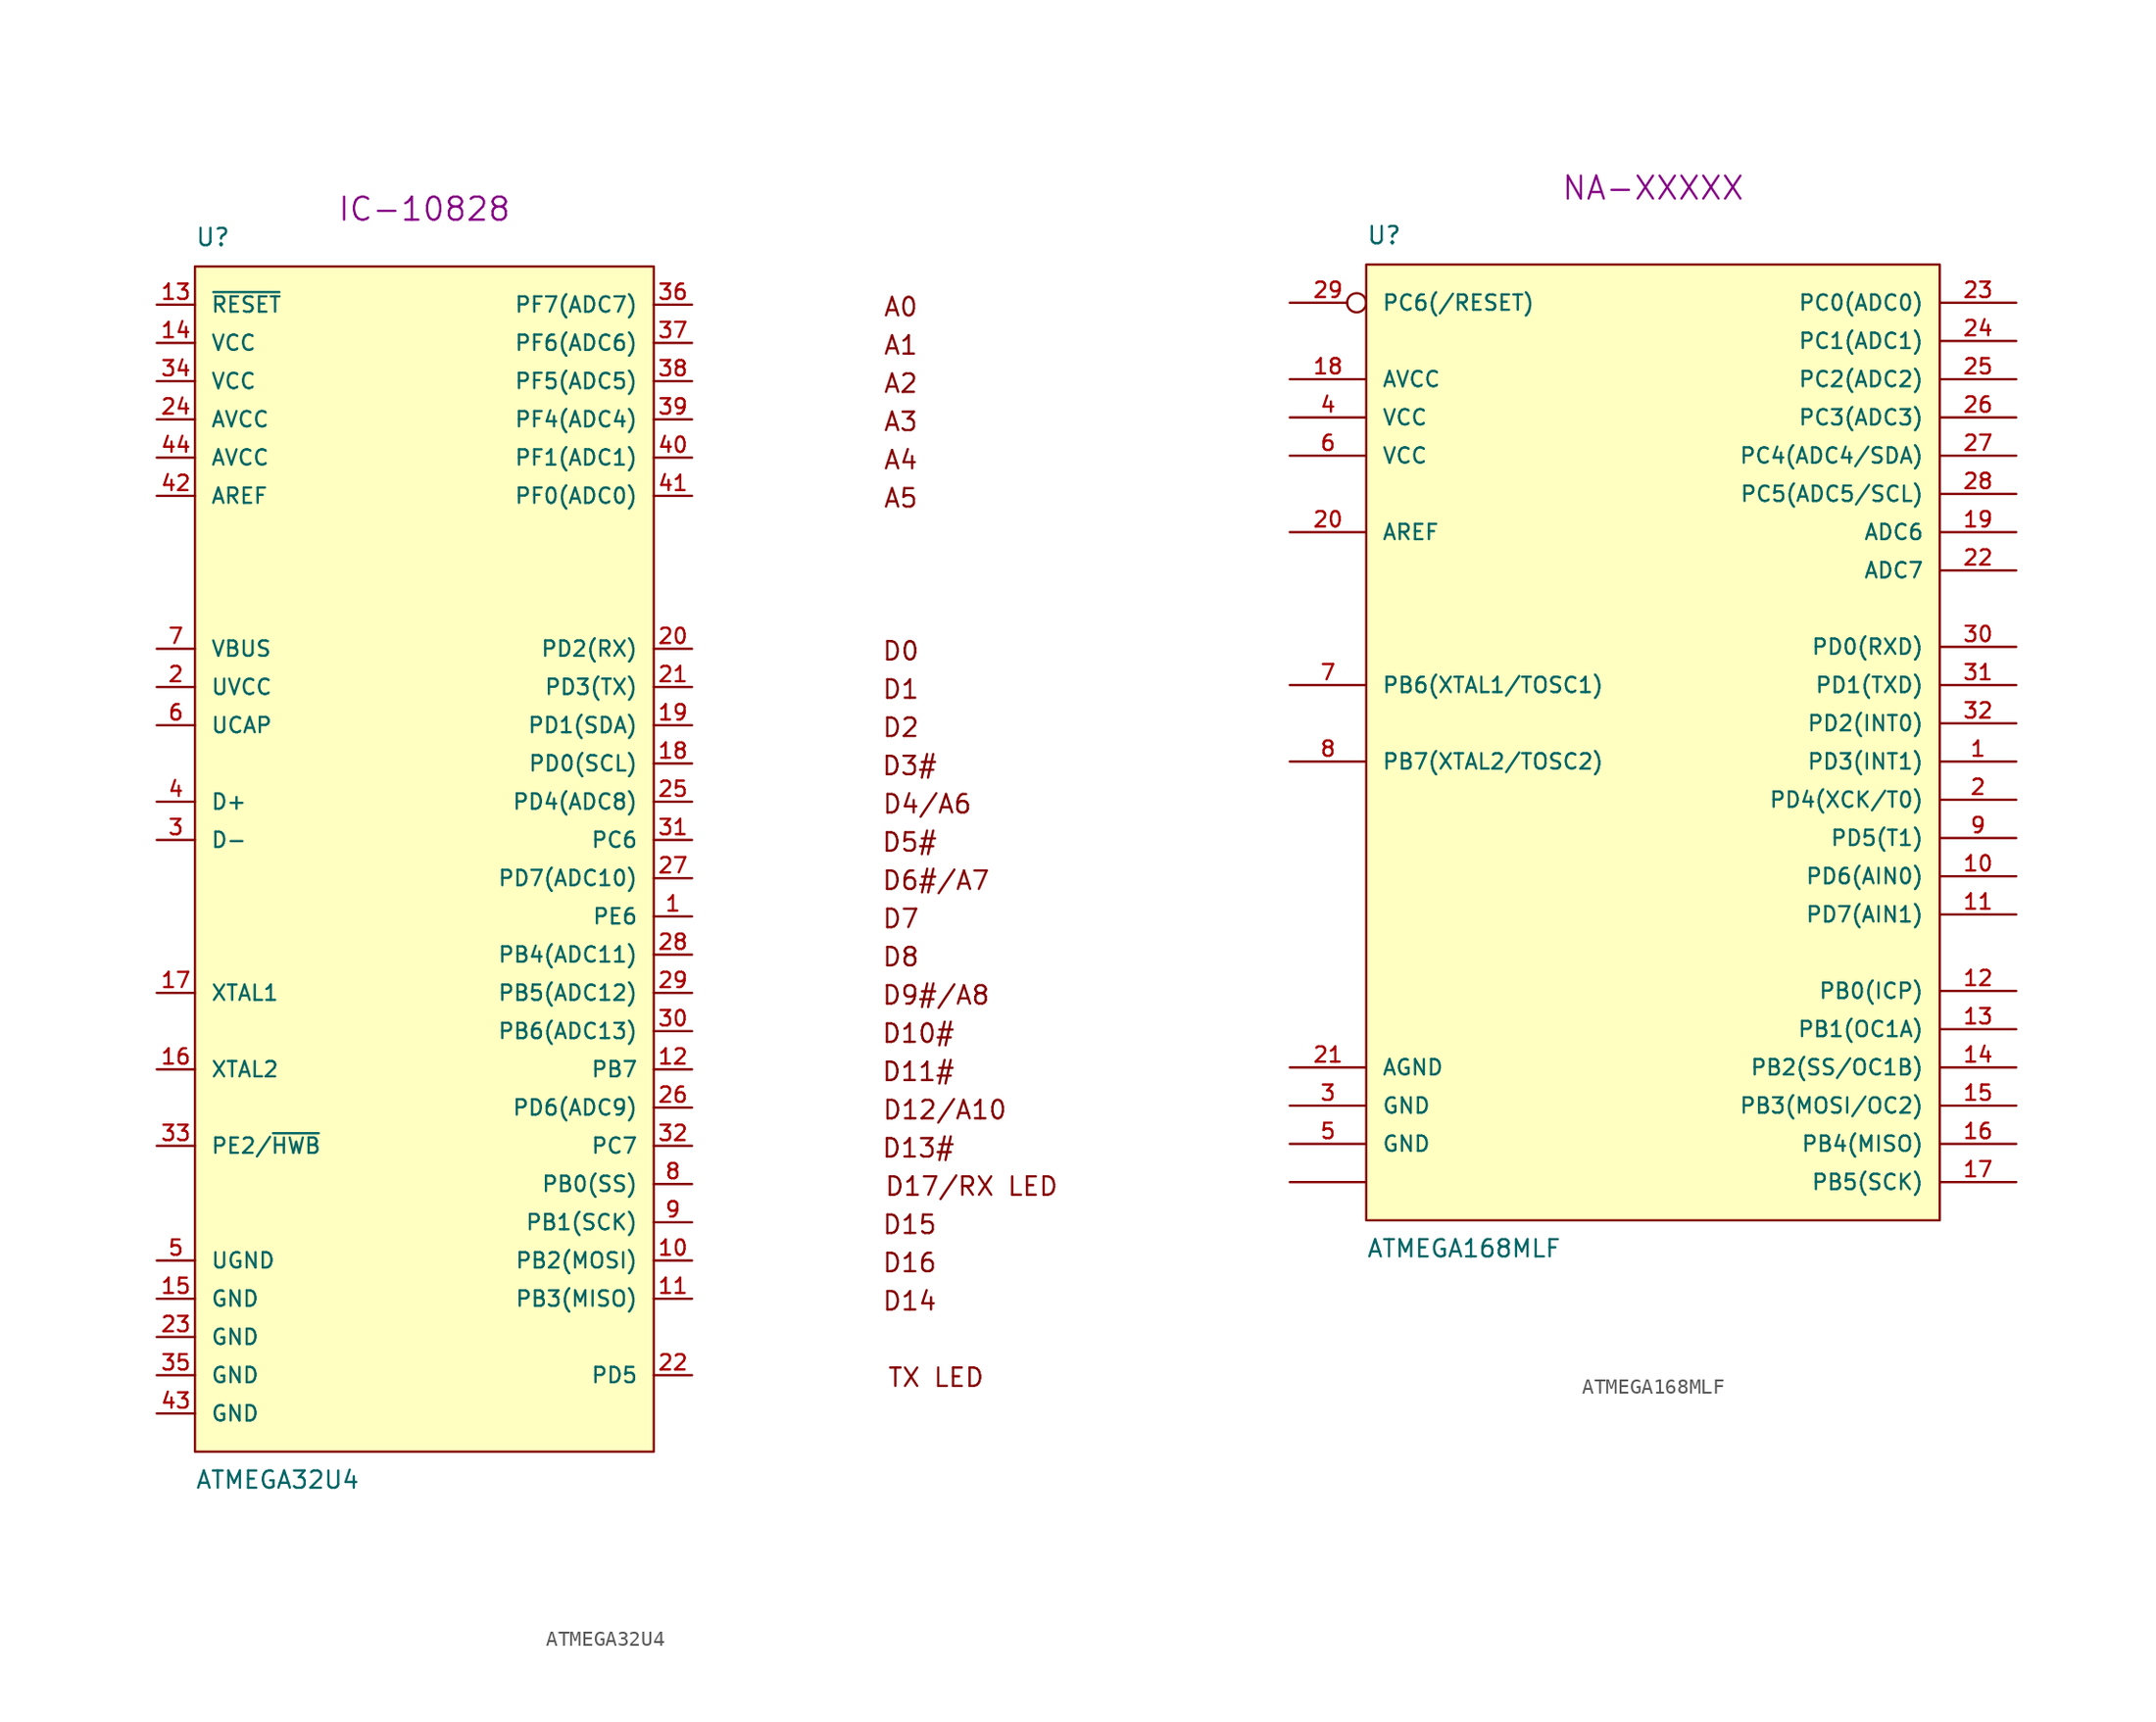
<source format=kicad_sym>
(kicad_symbol_lib
  (version 20220914)
  (generator kicad_symbol_editor)
  (symbol "ATMEGA32U4"
    (pin_names
      (offset 1.016))
    (property "Reference" "U"
      (at -15.24 40.64 0)
      (effects (font (size 1.143 1.143)) (justify left bottom)))
    (property "Value" "ATMEGA32U4"
      (at -15.24 -41.91 0)
      (effects (font (size 1.143 1.143)) (justify left bottom)))
    (property "Field4" "IC-10828"
      (at 0 43.18 0)
      (effects (font (size 1.524 1.524))))
    (property "ki_locked" ""
      (at 0 0 0)
      (effects (font (size 1.27 1.27))))
    (symbol "ATMEGA32U4_1_0"
      (text "A0" (at 31.648 36.678 0) (effects (font (size 1.219 1.219))))
      (text "A1" (at 31.648 34.138 0) (effects (font (size 1.219 1.219))))
      (text "A2" (at 31.648 31.598 0) (effects (font (size 1.219 1.219))))
      (text "A3" (at 31.648 29.058 0) (effects (font (size 1.219 1.219))))
      (text "A4" (at 31.648 26.518 0) (effects (font (size 1.219 1.219))))
      (text "A5" (at 31.648 23.978 0) (effects (font (size 1.219 1.219))))
      (text "D0" (at 31.648 13.818 0) (effects (font (size 1.219 1.219))))
      (text "D1" (at 31.648 11.278 0) (effects (font (size 1.219 1.219))))
      (text "D10#" (at 32.817 -11.582 0) (effects (font (size 1.219 1.219))))
      (text "D11#" (at 32.817 -14.122 0) (effects (font (size 1.219 1.219))))
      (text "D12/A10" (at 34.569 -16.662 0) (effects (font (size 1.219 1.219))))
      (text "D13#" (at 32.817 -19.202 0) (effects (font (size 1.219 1.219))))
      (text "D14" (at 32.233 -29.362 0) (effects (font (size 1.219 1.219))))
      (text "D15" (at 32.233 -24.282 0) (effects (font (size 1.219 1.219))))
      (text "D16" (at 32.233 -26.822 0) (effects (font (size 1.219 1.219))))
      (text "D17/RX LED" (at 36.347 -21.742 0) (effects (font (size 1.219 1.219))))
      (text "D2" (at 31.648 8.738 0) (effects (font (size 1.219 1.219))))
      (text "D3#" (at 32.233 6.198 0) (effects (font (size 1.219 1.219))))
      (text "D4/A6" (at 33.401 3.658 0) (effects (font (size 1.219 1.219))))
      (text "D5#" (at 32.233 1.118 0) (effects (font (size 1.219 1.219))))
      (text "D6#/A7" (at 33.985 -1.422 0) (effects (font (size 1.219 1.219))))
      (text "D7" (at 31.648 -3.962 0) (effects (font (size 1.219 1.219))))
      (text "D8" (at 31.648 -6.502 0) (effects (font (size 1.219 1.219))))
      (text "D9#/A8" (at 33.985 -9.042 0) (effects (font (size 1.219 1.219))))
      (text "TX LED" (at 33.985 -34.442 0) (effects (font (size 1.219 1.219)))))
    (symbol "ATMEGA32U4_1_1"
      (polyline (pts (xy -15.24 39.37) (xy -15.24 -39.37) (xy 15.24 -39.37) (xy 15.24 39.37) (xy -15.24 39.37)) (stroke (width 0) (type solid)) (fill (type background)))
      (pin bidirectional line (at 17.78 -3.81 180) (length 2.54) (name "PE6" (effects (font (size 1.016 1.016)))) (number "1" (effects (font (size 1.016 1.016)))))
      (pin bidirectional line (at 17.78 -26.67 180) (length 2.54) (name "PB2(MOSI)" (effects (font (size 1.016 1.016)))) (number "10" (effects (font (size 1.016 1.016)))))
      (pin bidirectional line (at 17.78 -29.21 180) (length 2.54) (name "PB3(MISO)" (effects (font (size 1.016 1.016)))) (number "11" (effects (font (size 1.016 1.016)))))
      (pin bidirectional line (at 17.78 -13.97 180) (length 2.54) (name "PB7" (effects (font (size 1.016 1.016)))) (number "12" (effects (font (size 1.016 1.016)))))
      (pin bidirectional line (at -17.78 36.83 0) (length 2.54) (name "~{RESET}" (effects (font (size 1.016 1.016)))) (number "13" (effects (font (size 1.016 1.016)))))
      (pin bidirectional line (at -17.78 34.29 0) (length 2.54) (name "VCC" (effects (font (size 1.016 1.016)))) (number "14" (effects (font (size 1.016 1.016)))))
      (pin bidirectional line (at -17.78 -29.21 0) (length 2.54) (name "GND" (effects (font (size 1.016 1.016)))) (number "15" (effects (font (size 1.016 1.016)))))
      (pin bidirectional line (at -17.78 -13.97 0) (length 2.54) (name "XTAL2" (effects (font (size 1.016 1.016)))) (number "16" (effects (font (size 1.016 1.016)))))
      (pin bidirectional line (at -17.78 -8.89 0) (length 2.54) (name "XTAL1" (effects (font (size 1.016 1.016)))) (number "17" (effects (font (size 1.016 1.016)))))
      (pin bidirectional line (at 17.78 6.35 180) (length 2.54) (name "PD0(SCL)" (effects (font (size 1.016 1.016)))) (number "18" (effects (font (size 1.016 1.016)))))
      (pin bidirectional line (at 17.78 8.89 180) (length 2.54) (name "PD1(SDA)" (effects (font (size 1.016 1.016)))) (number "19" (effects (font (size 1.016 1.016)))))
      (pin bidirectional line (at -17.78 11.43 0) (length 2.54) (name "UVCC" (effects (font (size 1.016 1.016)))) (number "2" (effects (font (size 1.016 1.016)))))
      (pin bidirectional line (at 17.78 13.97 180) (length 2.54) (name "PD2(RX)" (effects (font (size 1.016 1.016)))) (number "20" (effects (font (size 1.016 1.016)))))
      (pin bidirectional line (at 17.78 11.43 180) (length 2.54) (name "PD3(TX)" (effects (font (size 1.016 1.016)))) (number "21" (effects (font (size 1.016 1.016)))))
      (pin bidirectional line (at 17.78 -34.29 180) (length 2.54) (name "PD5" (effects (font (size 1.016 1.016)))) (number "22" (effects (font (size 1.016 1.016)))))
      (pin bidirectional line (at -17.78 -31.75 0) (length 2.54) (name "GND" (effects (font (size 1.016 1.016)))) (number "23" (effects (font (size 1.016 1.016)))))
      (pin bidirectional line (at -17.78 29.21 0) (length 2.54) (name "AVCC" (effects (font (size 1.016 1.016)))) (number "24" (effects (font (size 1.016 1.016)))))
      (pin bidirectional line (at 17.78 3.81 180) (length 2.54) (name "PD4(ADC8)" (effects (font (size 1.016 1.016)))) (number "25" (effects (font (size 1.016 1.016)))))
      (pin bidirectional line (at 17.78 -16.51 180) (length 2.54) (name "PD6(ADC9)" (effects (font (size 1.016 1.016)))) (number "26" (effects (font (size 1.016 1.016)))))
      (pin bidirectional line (at 17.78 -1.27 180) (length 2.54) (name "PD7(ADC10)" (effects (font (size 1.016 1.016)))) (number "27" (effects (font (size 1.016 1.016)))))
      (pin bidirectional line (at 17.78 -6.35 180) (length 2.54) (name "PB4(ADC11)" (effects (font (size 1.016 1.016)))) (number "28" (effects (font (size 1.016 1.016)))))
      (pin bidirectional line (at 17.78 -8.89 180) (length 2.54) (name "PB5(ADC12)" (effects (font (size 1.016 1.016)))) (number "29" (effects (font (size 1.016 1.016)))))
      (pin bidirectional line (at -17.78 1.27 0) (length 2.54) (name "D-" (effects (font (size 1.016 1.016)))) (number "3" (effects (font (size 1.016 1.016)))))
      (pin bidirectional line (at 17.78 -11.43 180) (length 2.54) (name "PB6(ADC13)" (effects (font (size 1.016 1.016)))) (number "30" (effects (font (size 1.016 1.016)))))
      (pin bidirectional line (at 17.78 1.27 180) (length 2.54) (name "PC6" (effects (font (size 1.016 1.016)))) (number "31" (effects (font (size 1.016 1.016)))))
      (pin bidirectional line (at 17.78 -19.05 180) (length 2.54) (name "PC7" (effects (font (size 1.016 1.016)))) (number "32" (effects (font (size 1.016 1.016)))))
      (pin bidirectional line (at -17.78 -19.05 0) (length 2.54) (name "PE2/~{HWB}" (effects (font (size 1.016 1.016)))) (number "33" (effects (font (size 1.016 1.016)))))
      (pin bidirectional line (at -17.78 31.75 0) (length 2.54) (name "VCC" (effects (font (size 1.016 1.016)))) (number "34" (effects (font (size 1.016 1.016)))))
      (pin bidirectional line (at -17.78 -34.29 0) (length 2.54) (name "GND" (effects (font (size 1.016 1.016)))) (number "35" (effects (font (size 1.016 1.016)))))
      (pin bidirectional line (at 17.78 36.83 180) (length 2.54) (name "PF7(ADC7)" (effects (font (size 1.016 1.016)))) (number "36" (effects (font (size 1.016 1.016)))))
      (pin bidirectional line (at 17.78 34.29 180) (length 2.54) (name "PF6(ADC6)" (effects (font (size 1.016 1.016)))) (number "37" (effects (font (size 1.016 1.016)))))
      (pin bidirectional line (at 17.78 31.75 180) (length 2.54) (name "PF5(ADC5)" (effects (font (size 1.016 1.016)))) (number "38" (effects (font (size 1.016 1.016)))))
      (pin bidirectional line (at 17.78 29.21 180) (length 2.54) (name "PF4(ADC4)" (effects (font (size 1.016 1.016)))) (number "39" (effects (font (size 1.016 1.016)))))
      (pin bidirectional line (at -17.78 3.81 0) (length 2.54) (name "D+" (effects (font (size 1.016 1.016)))) (number "4" (effects (font (size 1.016 1.016)))))
      (pin bidirectional line (at 17.78 26.67 180) (length 2.54) (name "PF1(ADC1)" (effects (font (size 1.016 1.016)))) (number "40" (effects (font (size 1.016 1.016)))))
      (pin bidirectional line (at 17.78 24.13 180) (length 2.54) (name "PF0(ADC0)" (effects (font (size 1.016 1.016)))) (number "41" (effects (font (size 1.016 1.016)))))
      (pin bidirectional line (at -17.78 24.13 0) (length 2.54) (name "AREF" (effects (font (size 1.016 1.016)))) (number "42" (effects (font (size 1.016 1.016)))))
      (pin bidirectional line (at -17.78 -36.83 0) (length 2.54) (name "GND" (effects (font (size 1.016 1.016)))) (number "43" (effects (font (size 1.016 1.016)))))
      (pin bidirectional line (at -17.78 26.67 0) (length 2.54) (name "AVCC" (effects (font (size 1.016 1.016)))) (number "44" (effects (font (size 1.016 1.016)))))
      (pin bidirectional line (at -17.78 -26.67 0) (length 2.54) (name "UGND" (effects (font (size 1.016 1.016)))) (number "5" (effects (font (size 1.016 1.016)))))
      (pin bidirectional line (at -17.78 8.89 0) (length 2.54) (name "UCAP" (effects (font (size 1.016 1.016)))) (number "6" (effects (font (size 1.016 1.016)))))
      (pin bidirectional line (at -17.78 13.97 0) (length 2.54) (name "VBUS" (effects (font (size 1.016 1.016)))) (number "7" (effects (font (size 1.016 1.016)))))
      (pin bidirectional line (at 17.78 -21.59 180) (length 2.54) (name "PB0(SS)" (effects (font (size 1.016 1.016)))) (number "8" (effects (font (size 1.016 1.016)))))
      (pin bidirectional line (at 17.78 -24.13 180) (length 2.54) (name "PB1(SCK)" (effects (font (size 1.016 1.016)))) (number "9" (effects (font (size 1.016 1.016)))))))
  (symbol "ATMEGA168MLF"
    (pin_names
      (offset 1.016))
    (property "Reference" "U"
      (at -19.05 33.02 0)
      (effects (font (size 1.143 1.143)) (justify left bottom)))
    (property "Value" "ATMEGA168MLF"
      (at -19.05 -34.29 0)
      (effects (font (size 1.143 1.143)) (justify left bottom)))
    (property "PROD_ID" "NA-XXXXX"
      (at 0 36.83 0)
      (effects (font (size 1.524 1.524))))
    (property "ki_locked" ""
      (at 0 0 0)
      (effects (font (size 1.27 1.27))))
    (symbol "ATMEGA168MLF_1_0"
      (polyline (pts (xy -24.13 -29.21) (xy -19.05 -29.21)) (stroke (width 0) (type solid)) (fill (type none))))
    (symbol "ATMEGA168MLF_1_1"
      (polyline (pts (xy -19.05 31.75) (xy 19.05 31.75) (xy 19.05 -31.75) (xy -19.05 -31.75) (xy -19.05 31.75)) (stroke (width 0) (type solid)) (fill (type background)))
      (pin bidirectional line (at 24.13 -1.27 180) (length 5.08) (name "PD3(INT1)" (effects (font (size 1.016 1.016)))) (number "1" (effects (font (size 1.016 1.016)))))
      (pin bidirectional line (at 24.13 -8.89 180) (length 5.08) (name "PD6(AIN0)" (effects (font (size 1.016 1.016)))) (number "10" (effects (font (size 1.016 1.016)))))
      (pin bidirectional line (at 24.13 -11.43 180) (length 5.08) (name "PD7(AIN1)" (effects (font (size 1.016 1.016)))) (number "11" (effects (font (size 1.016 1.016)))))
      (pin bidirectional line (at 24.13 -16.51 180) (length 5.08) (name "PB0(ICP)" (effects (font (size 1.016 1.016)))) (number "12" (effects (font (size 1.016 1.016)))))
      (pin bidirectional line (at 24.13 -19.05 180) (length 5.08) (name "PB1(OC1A)" (effects (font (size 1.016 1.016)))) (number "13" (effects (font (size 1.016 1.016)))))
      (pin bidirectional line (at 24.13 -21.59 180) (length 5.08) (name "PB2(SS/OC1B)" (effects (font (size 1.016 1.016)))) (number "14" (effects (font (size 1.016 1.016)))))
      (pin bidirectional line (at 24.13 -24.13 180) (length 5.08) (name "PB3(MOSI/OC2)" (effects (font (size 1.016 1.016)))) (number "15" (effects (font (size 1.016 1.016)))))
      (pin bidirectional line (at 24.13 -26.67 180) (length 5.08) (name "PB4(MISO)" (effects (font (size 1.016 1.016)))) (number "16" (effects (font (size 1.016 1.016)))))
      (pin bidirectional line (at 24.13 -29.21 180) (length 5.08) (name "PB5(SCK)" (effects (font (size 1.016 1.016)))) (number "17" (effects (font (size 1.016 1.016)))))
      (pin bidirectional line (at -24.13 24.13 0) (length 5.08) (name "AVCC" (effects (font (size 1.016 1.016)))) (number "18" (effects (font (size 1.016 1.016)))))
      (pin bidirectional line (at 24.13 13.97 180) (length 5.08) (name "ADC6" (effects (font (size 1.016 1.016)))) (number "19" (effects (font (size 1.016 1.016)))))
      (pin bidirectional line (at 24.13 -3.81 180) (length 5.08) (name "PD4(XCK/T0)" (effects (font (size 1.016 1.016)))) (number "2" (effects (font (size 1.016 1.016)))))
      (pin bidirectional line (at -24.13 13.97 0) (length 5.08) (name "AREF" (effects (font (size 1.016 1.016)))) (number "20" (effects (font (size 1.016 1.016)))))
      (pin bidirectional line (at -24.13 -21.59 0) (length 5.08) (name "AGND" (effects (font (size 1.016 1.016)))) (number "21" (effects (font (size 1.016 1.016)))))
      (pin bidirectional line (at 24.13 11.43 180) (length 5.08) (name "ADC7" (effects (font (size 1.016 1.016)))) (number "22" (effects (font (size 1.016 1.016)))))
      (pin bidirectional line (at 24.13 29.21 180) (length 5.08) (name "PC0(ADC0)" (effects (font (size 1.016 1.016)))) (number "23" (effects (font (size 1.016 1.016)))))
      (pin bidirectional line (at 24.13 26.67 180) (length 5.08) (name "PC1(ADC1)" (effects (font (size 1.016 1.016)))) (number "24" (effects (font (size 1.016 1.016)))))
      (pin bidirectional line (at 24.13 24.13 180) (length 5.08) (name "PC2(ADC2)" (effects (font (size 1.016 1.016)))) (number "25" (effects (font (size 1.016 1.016)))))
      (pin bidirectional line (at 24.13 21.59 180) (length 5.08) (name "PC3(ADC3)" (effects (font (size 1.016 1.016)))) (number "26" (effects (font (size 1.016 1.016)))))
      (pin bidirectional line (at 24.13 19.05 180) (length 5.08) (name "PC4(ADC4/SDA)" (effects (font (size 1.016 1.016)))) (number "27" (effects (font (size 1.016 1.016)))))
      (pin bidirectional line (at 24.13 16.51 180) (length 5.08) (name "PC5(ADC5/SCL)" (effects (font (size 1.016 1.016)))) (number "28" (effects (font (size 1.016 1.016)))))
      (pin bidirectional inverted (at -24.13 29.21 0) (length 5.08) (name "PC6(/RESET)" (effects (font (size 1.016 1.016)))) (number "29" (effects (font (size 1.016 1.016)))))
      (pin bidirectional line (at -24.13 -24.13 0) (length 5.08) (name "GND" (effects (font (size 1.016 1.016)))) (number "3" (effects (font (size 1.016 1.016)))))
      (pin bidirectional line (at 24.13 6.35 180) (length 5.08) (name "PD0(RXD)" (effects (font (size 1.016 1.016)))) (number "30" (effects (font (size 1.016 1.016)))))
      (pin bidirectional line (at 24.13 3.81 180) (length 5.08) (name "PD1(TXD)" (effects (font (size 1.016 1.016)))) (number "31" (effects (font (size 1.016 1.016)))))
      (pin bidirectional line (at 24.13 1.27 180) (length 5.08) (name "PD2(INT0)" (effects (font (size 1.016 1.016)))) (number "32" (effects (font (size 1.016 1.016)))))
      (pin bidirectional line (at -24.13 21.59 0) (length 5.08) (name "VCC" (effects (font (size 1.016 1.016)))) (number "4" (effects (font (size 1.016 1.016)))))
      (pin bidirectional line (at -24.13 -26.67 0) (length 5.08) (name "GND" (effects (font (size 1.016 1.016)))) (number "5" (effects (font (size 1.016 1.016)))))
      (pin bidirectional line (at -24.13 19.05 0) (length 5.08) (name "VCC" (effects (font (size 1.016 1.016)))) (number "6" (effects (font (size 1.016 1.016)))))
      (pin bidirectional line (at -24.13 3.81 0) (length 5.08) (name "PB6(XTAL1/TOSC1)" (effects (font (size 1.016 1.016)))) (number "7" (effects (font (size 1.016 1.016)))))
      (pin bidirectional line (at -24.13 -1.27 0) (length 5.08) (name "PB7(XTAL2/TOSC2)" (effects (font (size 1.016 1.016)))) (number "8" (effects (font (size 1.016 1.016)))))
      (pin bidirectional line (at 24.13 -6.35 180) (length 5.08) (name "PD5(T1)" (effects (font (size 1.016 1.016)))) (number "9" (effects (font (size 1.016 1.016)))))
      (pin bidirectional line (at -24.13 -29.21 0) (length 5.08) hide (name "GND" (effects (font (size 1.016 1.016)))) (number "~" (effects (font (size 1.016 1.016))))))))
</source>
